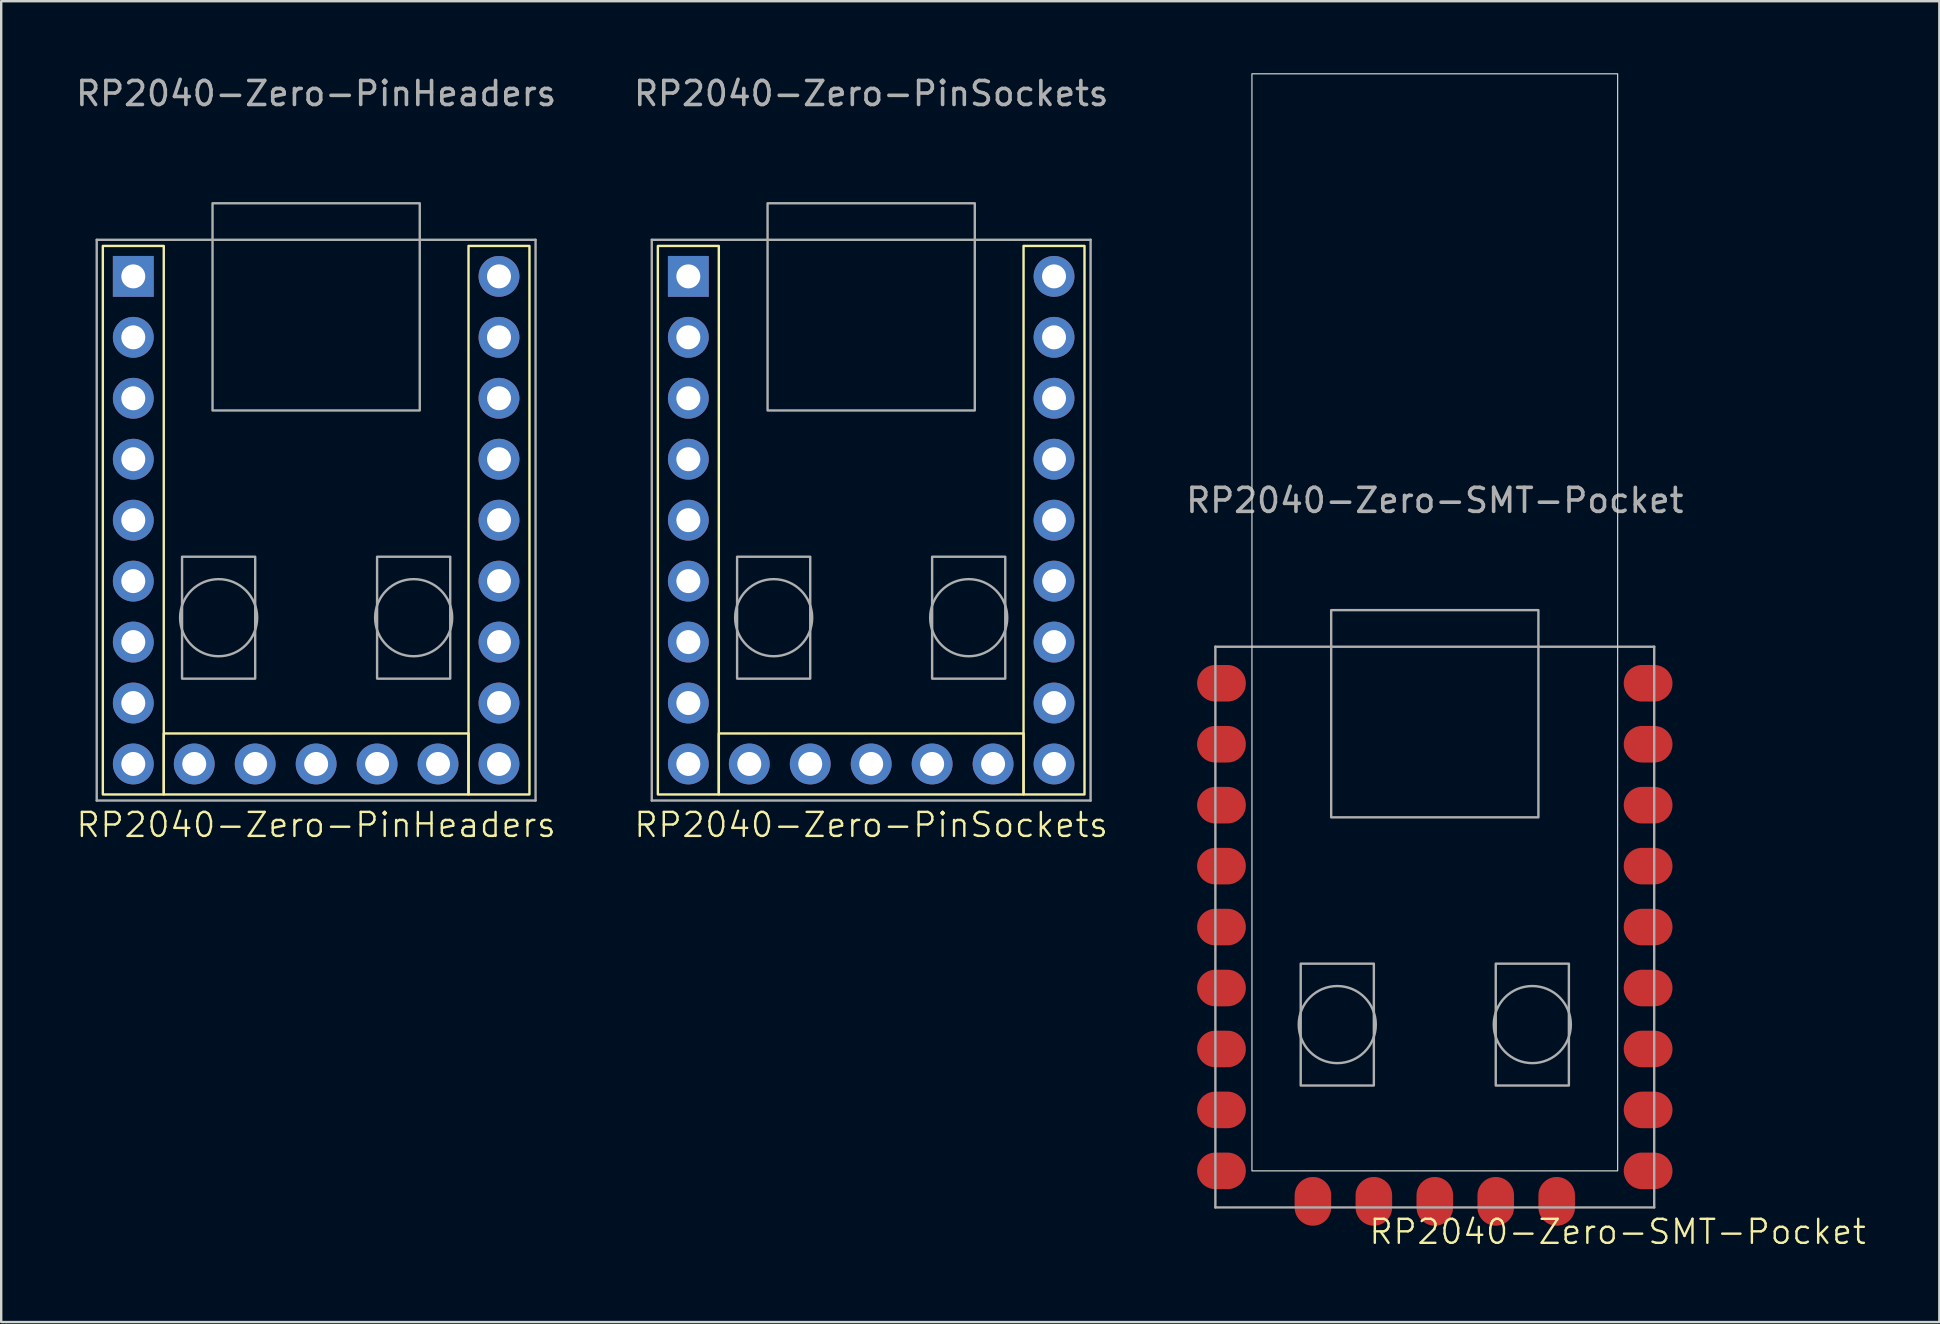
<source format=kicad_pcb>
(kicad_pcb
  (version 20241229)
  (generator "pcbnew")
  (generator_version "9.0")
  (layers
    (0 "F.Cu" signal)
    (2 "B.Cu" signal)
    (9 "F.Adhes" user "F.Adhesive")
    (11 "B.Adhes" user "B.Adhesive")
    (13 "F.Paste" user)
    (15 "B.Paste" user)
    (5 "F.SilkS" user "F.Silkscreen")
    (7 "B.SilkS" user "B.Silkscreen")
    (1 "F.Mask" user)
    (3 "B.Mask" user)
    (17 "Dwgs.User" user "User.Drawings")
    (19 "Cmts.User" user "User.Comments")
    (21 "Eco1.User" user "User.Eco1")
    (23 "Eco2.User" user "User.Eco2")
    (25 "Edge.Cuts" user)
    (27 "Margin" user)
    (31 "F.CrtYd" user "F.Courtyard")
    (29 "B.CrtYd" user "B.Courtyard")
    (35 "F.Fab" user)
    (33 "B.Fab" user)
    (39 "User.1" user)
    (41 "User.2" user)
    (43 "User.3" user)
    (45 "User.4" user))
  (footprint "RP2040-Zero-PinHeaders"
    (layer "F.Cu")
    (at 10.125 18.628)
    (property "Reference" "RP2040-Zero-PinHeaders" (at 0 12.7 0) (unlocked yes) (layer "F.SilkS") (effects (font (size 1 1) (thickness 0.1))))
    (attr through_hole)
    (fp_rect (start -8.89 -11.43) (end -6.35 11.43) (stroke (width 0.1) (type default)) (fill no) (layer "F.SilkS"))
    (fp_rect (start -6.35 8.89) (end 6.35 11.43) (stroke (width 0.1) (type default)) (fill no) (layer "F.SilkS"))
    (fp_rect (start 6.35 -11.43) (end 8.89 11.43) (stroke (width 0.1) (type default)) (fill no) (layer "F.SilkS"))
    (fp_line (start -9.144 -11.684) (end -9.144 11.684) (stroke (width 0.1) (type default)) (layer "F.Fab"))
    (fp_line (start -9.144 11.684) (end 9.144 11.684) (stroke (width 0.1) (type default)) (layer "F.Fab"))
    (fp_line (start 9.144 -11.684) (end -9.144 -11.684) (stroke (width 0.1) (type default)) (layer "F.Fab"))
    (fp_line (start 9.144 11.684) (end 9.144 -11.684) (stroke (width 0.1) (type default)) (layer "F.Fab"))
    (fp_rect (start -5.588 1.524) (end -2.54 6.604) (stroke (width 0.1) (type default)) (fill no) (layer "F.Fab"))
    (fp_rect (start -4.318 -13.208) (end 4.318 -4.572) (stroke (width 0.1) (type default)) (fill no) (layer "F.Fab"))
    (fp_rect (start 2.54 1.524) (end 5.588 6.604) (stroke (width 0.1) (type default)) (fill no) (layer "F.Fab"))
    (fp_circle (center -4.064 4.064) (end -3.556 2.54) (stroke (width 0.1) (type default)) (fill no) (layer "F.Fab"))
    (fp_circle (center 4.064 4.064) (end 4.572 2.54) (stroke (width 0.1) (type default)) (fill no) (layer "F.Fab"))
    (fp_text user "${REFERENCE}" (at 0 -17.78 0) (unlocked yes) (layer "F.Fab") (effects (font (size 1 1) (thickness 0.15))))
    (pad "1" thru_hole rect (at -7.62 -10.16) (size 1.702 1.702) (drill 1) (layers "*.Cu" "*.Mask"))
    (pad "2" thru_hole circle (at -7.62 -7.62) (size 1.702 1.702) (drill 1) (layers "*.Cu" "*.Mask"))
    (pad "3" thru_hole circle (at -7.62 -5.08) (size 1.702 1.702) (drill 1) (layers "*.Cu" "*.Mask"))
    (pad "4" thru_hole circle (at -7.62 -2.54) (size 1.702 1.702) (drill 1) (layers "*.Cu" "*.Mask"))
    (pad "5" thru_hole circle (at -7.62 0) (size 1.702 1.702) (drill 1) (layers "*.Cu" "*.Mask"))
    (pad "6" thru_hole circle (at -7.62 2.54) (size 1.702 1.702) (drill 1) (layers "*.Cu" "*.Mask"))
    (pad "7" thru_hole circle (at -7.62 5.08) (size 1.702 1.702) (drill 1) (layers "*.Cu" "*.Mask"))
    (pad "8" thru_hole circle (at -7.62 7.62) (size 1.702 1.702) (drill 1) (layers "*.Cu" "*.Mask"))
    (pad "9" thru_hole circle (at -7.62 10.16) (size 1.702 1.702) (drill 1) (layers "*.Cu" "*.Mask"))
    (pad "10" thru_hole circle (at -5.08 10.16 90) (size 1.702 1.702) (drill 1) (layers "*.Cu" "*.Mask"))
    (pad "11" thru_hole circle (at -2.54 10.16 90) (size 1.702 1.702) (drill 1) (layers "*.Cu" "*.Mask"))
    (pad "12" thru_hole circle (at 0 10.16 90) (size 1.702 1.702) (drill 1) (layers "*.Cu" "*.Mask"))
    (pad "13" thru_hole circle (at 2.54 10.16 90) (size 1.702 1.702) (drill 1) (layers "*.Cu" "*.Mask"))
    (pad "14" thru_hole circle (at 5.08 10.16 90) (size 1.702 1.702) (drill 1) (layers "*.Cu" "*.Mask"))
    (pad "15" thru_hole circle (at 7.62 10.16 90) (size 1.702 1.702) (drill 1) (layers "*.Cu" "*.Mask"))
    (pad "16" thru_hole circle (at 7.62 7.62 180) (size 1.702 1.702) (drill 1) (layers "*.Cu" "*.Mask"))
    (pad "17" thru_hole circle (at 7.62 5.08 180) (size 1.702 1.702) (drill 1) (layers "*.Cu" "*.Mask"))
    (pad "18" thru_hole circle (at 7.62 2.54) (size 1.702 1.702) (drill 1) (layers "*.Cu" "*.Mask"))
    (pad "19" thru_hole circle (at 7.62 0) (size 1.702 1.702) (drill 1) (layers "*.Cu" "*.Mask"))
    (pad "20" thru_hole circle (at 7.62 -2.54) (size 1.702 1.702) (drill 1) (layers "*.Cu" "*.Mask"))
    (pad "21" thru_hole circle (at 7.62 -5.08) (size 1.702 1.702) (drill 1) (layers "*.Cu" "*.Mask"))
    (pad "22" thru_hole circle (at 7.62 -7.62) (size 1.702 1.702) (drill 1) (layers "*.Cu" "*.Mask"))
    (pad "23" thru_hole circle (at 7.62 -10.16) (size 1.702 1.702) (drill 1) (layers "*.Cu" "*.Mask")))
  (footprint "RP2040-Zero-SMT-Pocket"
    (layer "F.Cu")
    (at 56.744 35.585)
    (property "Reference" "RP2040-Zero-SMT-Pocket" (at 7.62 12.7 0) (unlocked yes) (layer "F.SilkS") (effects (font (size 1 1) (thickness 0.1))))
    (attr through_hole)
    (fp_rect (start -7.62 -35.56) (end 7.62 10.16) (stroke (width 0.05) (type default)) (fill no) (layer "Edge.Cuts"))
    (fp_line (start -9.144 -11.684) (end -9.144 11.684) (stroke (width 0.1) (type default)) (layer "F.Fab"))
    (fp_line (start -9.144 11.684) (end 9.144 11.684) (stroke (width 0.1) (type default)) (layer "F.Fab"))
    (fp_line (start 9.144 -11.684) (end -9.144 -11.684) (stroke (width 0.1) (type default)) (layer "F.Fab"))
    (fp_line (start 9.144 11.684) (end 9.144 -11.684) (stroke (width 0.1) (type default)) (layer "F.Fab"))
    (fp_rect (start -5.588 1.524) (end -2.54 6.604) (stroke (width 0.1) (type default)) (fill no) (layer "F.Fab"))
    (fp_rect (start -4.318 -13.208) (end 4.318 -4.572) (stroke (width 0.1) (type default)) (fill no) (layer "F.Fab"))
    (fp_rect (start 2.54 1.524) (end 5.588 6.604) (stroke (width 0.1) (type default)) (fill no) (layer "F.Fab"))
    (fp_circle (center -4.064 4.064) (end -3.556 2.54) (stroke (width 0.1) (type default)) (fill no) (layer "F.Fab"))
    (fp_circle (center 4.064 4.064) (end 4.572 2.54) (stroke (width 0.1) (type default)) (fill no) (layer "F.Fab"))
    (fp_text user "${REFERENCE}" (at 0 -17.78 0) (unlocked yes) (layer "F.Fab") (effects (font (size 1 1) (thickness 0.15))))
    (pad "1" smd oval (at -8.89 -10.16) (size 2.032 1.524) (layers "F.Cu" "F.Mask" "F.Paste"))
    (pad "2" smd oval (at -8.89 -7.62) (size 2.032 1.524) (layers "F.Cu" "F.Mask" "F.Paste"))
    (pad "3" smd oval (at -8.89 -5.08) (size 2.032 1.524) (layers "F.Cu" "F.Mask" "F.Paste"))
    (pad "4" smd oval (at -8.89 -2.54) (size 2.032 1.524) (layers "F.Cu" "F.Mask" "F.Paste"))
    (pad "5" smd oval (at -8.89 0) (size 2.032 1.524) (layers "F.Cu" "F.Mask" "F.Paste"))
    (pad "6" smd oval (at -8.89 2.54) (size 2.032 1.524) (layers "F.Cu" "F.Mask" "F.Paste"))
    (pad "7" smd oval (at -8.89 5.08) (size 2.032 1.524) (layers "F.Cu" "F.Mask" "F.Paste"))
    (pad "8" smd oval (at -8.89 7.62) (size 2.032 1.524) (layers "F.Cu" "F.Mask" "F.Paste"))
    (pad "9" smd oval (at -8.89 10.16) (size 2.032 1.524) (layers "F.Cu" "F.Mask" "F.Paste"))
    (pad "10" smd oval (at -5.08 11.43 90) (size 2.032 1.524) (layers "F.Cu" "F.Mask" "F.Paste"))
    (pad "11" smd oval (at -2.54 11.43 90) (size 2.032 1.524) (layers "F.Cu" "F.Mask" "F.Paste"))
    (pad "12" smd oval (at 0 11.43 90) (size 2.032 1.524) (layers "F.Cu" "F.Mask" "F.Paste"))
    (pad "13" smd oval (at 2.54 11.43 90) (size 2.032 1.524) (layers "F.Cu" "F.Mask" "F.Paste"))
    (pad "14" smd oval (at 5.08 11.43 90) (size 2.032 1.524) (layers "F.Cu" "F.Mask" "F.Paste"))
    (pad "15" smd oval (at 8.89 10.16 180) (size 2.032 1.524) (layers "F.Cu" "F.Mask" "F.Paste"))
    (pad "16" smd oval (at 8.89 7.62) (size 2.032 1.524) (layers "F.Cu" "F.Mask" "F.Paste"))
    (pad "17" smd oval (at 8.89 5.08) (size 2.032 1.524) (layers "F.Cu" "F.Mask" "F.Paste"))
    (pad "18" smd oval (at 8.89 2.54) (size 2.032 1.524) (layers "F.Cu" "F.Mask" "F.Paste"))
    (pad "19" smd oval (at 8.89 0) (size 2.032 1.524) (layers "F.Cu" "F.Mask" "F.Paste"))
    (pad "20" smd oval (at 8.89 -2.54) (size 2.032 1.524) (layers "F.Cu" "F.Mask" "F.Paste"))
    (pad "21" smd oval (at 8.89 -5.08) (size 2.032 1.524) (layers "F.Cu" "F.Mask" "F.Paste"))
    (pad "22" smd oval (at 8.89 -7.62) (size 2.032 1.524) (layers "F.Cu" "F.Mask" "F.Paste"))
    (pad "23" smd oval (at 8.89 -10.16) (size 2.032 1.524) (layers "F.Cu" "F.Mask" "F.Paste")))
  (footprint "RP2040-Zero-PinSockets"
    (layer "F.Cu")
    (at 33.256 18.628)
    (property "Reference" "RP2040-Zero-PinSockets" (at 0 12.7 0) (unlocked yes) (layer "F.SilkS") (effects (font (size 1 1) (thickness 0.1))))
    (attr through_hole)
    (fp_rect (start -8.89 -11.43) (end -6.35 11.43) (stroke (width 0.1) (type default)) (fill no) (layer "F.SilkS"))
    (fp_rect (start -6.35 8.89) (end 6.35 11.43) (stroke (width 0.1) (type default)) (fill no) (layer "F.SilkS"))
    (fp_rect (start 6.35 -11.43) (end 8.89 11.43) (stroke (width 0.1) (type default)) (fill no) (layer "F.SilkS"))
    (fp_line (start -9.144 -11.684) (end -9.144 11.684) (stroke (width 0.1) (type default)) (layer "F.Fab"))
    (fp_line (start -9.144 11.684) (end 9.144 11.684) (stroke (width 0.1) (type default)) (layer "F.Fab"))
    (fp_line (start 9.144 -11.684) (end -9.144 -11.684) (stroke (width 0.1) (type default)) (layer "F.Fab"))
    (fp_line (start 9.144 11.684) (end 9.144 -11.684) (stroke (width 0.1) (type default)) (layer "F.Fab"))
    (fp_rect (start -5.588 1.524) (end -2.54 6.604) (stroke (width 0.1) (type default)) (fill no) (layer "F.Fab"))
    (fp_rect (start -4.318 -13.208) (end 4.318 -4.572) (stroke (width 0.1) (type default)) (fill no) (layer "F.Fab"))
    (fp_rect (start 2.54 1.524) (end 5.588 6.604) (stroke (width 0.1) (type default)) (fill no) (layer "F.Fab"))
    (fp_circle (center -4.064 4.064) (end -3.556 2.54) (stroke (width 0.1) (type default)) (fill no) (layer "F.Fab"))
    (fp_circle (center 4.064 4.064) (end 4.572 2.54) (stroke (width 0.1) (type default)) (fill no) (layer "F.Fab"))
    (fp_text user "${REFERENCE}" (at 0 -17.78 0) (unlocked yes) (layer "F.Fab") (effects (font (size 1 1) (thickness 0.15))))
    (pad "1" thru_hole rect (at -7.62 -10.16) (size 1.702 1.702) (drill 1) (layers "*.Cu" "*.Mask"))
    (pad "2" thru_hole circle (at -7.62 -7.62) (size 1.702 1.702) (drill 1) (layers "*.Cu" "*.Mask"))
    (pad "3" thru_hole circle (at -7.62 -5.08) (size 1.702 1.702) (drill 1) (layers "*.Cu" "*.Mask"))
    (pad "4" thru_hole circle (at -7.62 -2.54) (size 1.702 1.702) (drill 1) (layers "*.Cu" "*.Mask"))
    (pad "5" thru_hole circle (at -7.62 0) (size 1.702 1.702) (drill 1) (layers "*.Cu" "*.Mask"))
    (pad "6" thru_hole circle (at -7.62 2.54) (size 1.702 1.702) (drill 1) (layers "*.Cu" "*.Mask"))
    (pad "7" thru_hole circle (at -7.62 5.08) (size 1.702 1.702) (drill 1) (layers "*.Cu" "*.Mask"))
    (pad "8" thru_hole circle (at -7.62 7.62) (size 1.702 1.702) (drill 1) (layers "*.Cu" "*.Mask"))
    (pad "9" thru_hole circle (at -7.62 10.16) (size 1.702 1.702) (drill 1) (layers "*.Cu" "*.Mask"))
    (pad "10" thru_hole circle (at -5.08 10.16 90) (size 1.702 1.702) (drill 1) (layers "*.Cu" "*.Mask"))
    (pad "11" thru_hole circle (at -2.54 10.16 90) (size 1.702 1.702) (drill 1) (layers "*.Cu" "*.Mask"))
    (pad "12" thru_hole circle (at 0 10.16 90) (size 1.702 1.702) (drill 1) (layers "*.Cu" "*.Mask"))
    (pad "13" thru_hole circle (at 2.54 10.16 90) (size 1.702 1.702) (drill 1) (layers "*.Cu" "*.Mask"))
    (pad "14" thru_hole circle (at 5.08 10.16 90) (size 1.702 1.702) (drill 1) (layers "*.Cu" "*.Mask"))
    (pad "15" thru_hole circle (at 7.62 10.16 90) (size 1.702 1.702) (drill 1) (layers "*.Cu" "*.Mask"))
    (pad "16" thru_hole circle (at 7.62 7.62 180) (size 1.702 1.702) (drill 1) (layers "*.Cu" "*.Mask"))
    (pad "17" thru_hole circle (at 7.62 5.08 180) (size 1.702 1.702) (drill 1) (layers "*.Cu" "*.Mask"))
    (pad "18" thru_hole circle (at 7.62 2.54) (size 1.702 1.702) (drill 1) (layers "*.Cu" "*.Mask"))
    (pad "19" thru_hole circle (at 7.62 0) (size 1.702 1.702) (drill 1) (layers "*.Cu" "*.Mask"))
    (pad "20" thru_hole circle (at 7.62 -2.54) (size 1.702 1.702) (drill 1) (layers "*.Cu" "*.Mask"))
    (pad "21" thru_hole circle (at 7.62 -5.08) (size 1.702 1.702) (drill 1) (layers "*.Cu" "*.Mask"))
    (pad "22" thru_hole circle (at 7.62 -7.62) (size 1.702 1.702) (drill 1) (layers "*.Cu" "*.Mask"))
    (pad "23" thru_hole circle (at 7.62 -10.16) (size 1.702 1.702) (drill 1) (layers "*.Cu" "*.Mask")))
  (gr_rect
    (start -3 -3)
    (end 77.771 52.045)
    (stroke (width 0.1) (type default))
    (fill no)
    (layer "Edge.Cuts")))
</source>
